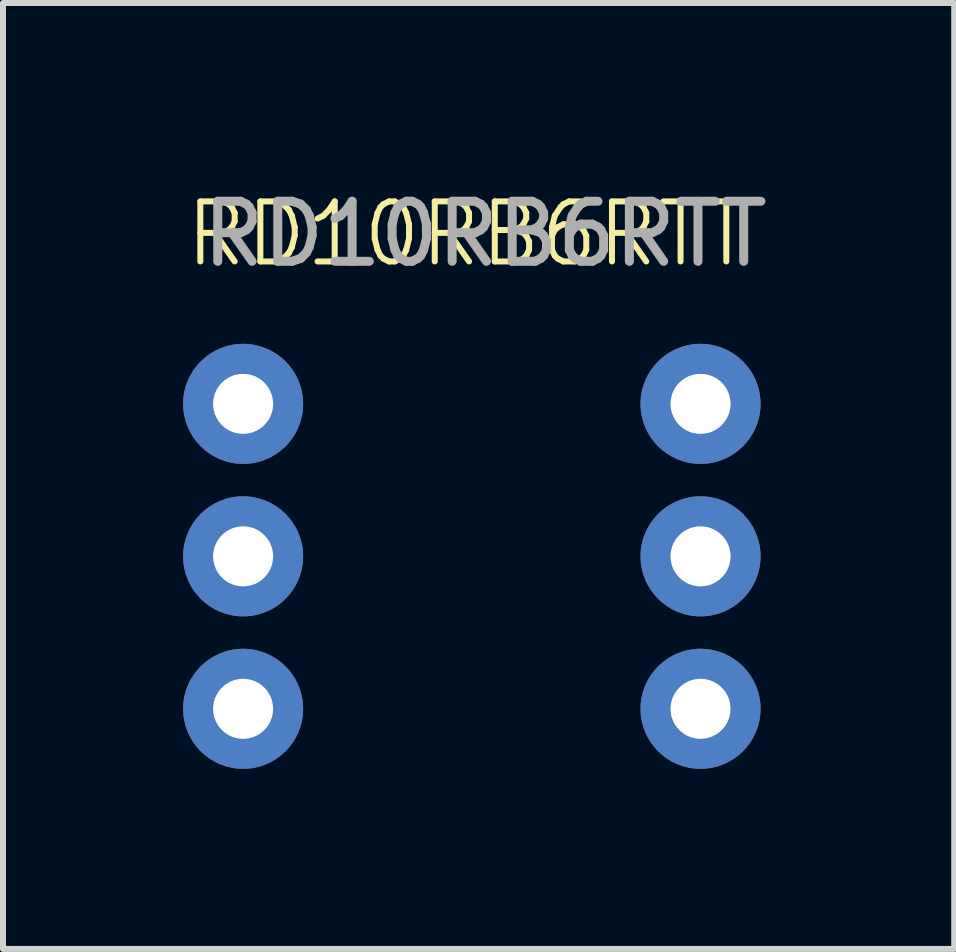
<source format=kicad_pcb>
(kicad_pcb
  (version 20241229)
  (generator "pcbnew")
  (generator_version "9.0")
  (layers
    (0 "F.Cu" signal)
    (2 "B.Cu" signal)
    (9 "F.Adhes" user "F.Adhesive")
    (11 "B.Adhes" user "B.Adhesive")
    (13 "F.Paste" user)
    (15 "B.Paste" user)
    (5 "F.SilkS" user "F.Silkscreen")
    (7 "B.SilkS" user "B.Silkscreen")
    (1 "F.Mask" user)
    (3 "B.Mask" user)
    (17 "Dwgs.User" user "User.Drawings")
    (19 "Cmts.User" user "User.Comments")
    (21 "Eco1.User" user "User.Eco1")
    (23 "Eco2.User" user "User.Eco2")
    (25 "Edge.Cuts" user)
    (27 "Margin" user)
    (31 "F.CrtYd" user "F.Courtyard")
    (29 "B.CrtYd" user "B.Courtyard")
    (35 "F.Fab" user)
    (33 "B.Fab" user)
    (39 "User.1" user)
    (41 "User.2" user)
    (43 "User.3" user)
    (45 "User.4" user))
  (footprint "RD10RB6RTT"
    (layer "F.Cu")
    (at 4.81 6.218)
    (property "Reference" "RD10RB6RTT" (at -0.07 -5.37 0) (unlocked yes) (layer "F.SilkS") (effects (font (size 1 1) (thickness 0.1))))
    (attr through_hole)
    (fp_text user "${REFERENCE}" (at 0.22 -5.37 0) (unlocked yes) (layer "F.Fab") (effects (font (size 1 1) (thickness 0.15))))
    (pad "1" thru_hole circle (at -3.81 -2.54) (size 2 2) (drill 1) (layers "*.Cu" "*.Mask"))
    (pad "2" thru_hole circle (at 3.81 2.54) (size 2 2) (drill 1) (layers "*.Cu" "*.Mask"))
    (pad "4" thru_hole circle (at -3.81 2.54) (size 2 2) (drill 1) (layers "*.Cu" "*.Mask"))
    (pad "8" thru_hole circle (at 3.81 -2.54) (size 2 2) (drill 1) (layers "*.Cu" "*.Mask"))
    (pad "C1" thru_hole circle (at -3.81 0) (size 2 2) (drill 1) (layers "*.Cu" "*.Mask"))
    (pad "C2" thru_hole circle (at 3.81 0) (size 2 2) (drill 1) (layers "*.Cu" "*.Mask")))
  (gr_rect
    (start -3 -3)
    (end 12.846 12.758)
    (stroke (width 0.1) (type default))
    (fill no)
    (layer "Edge.Cuts")))
</source>
